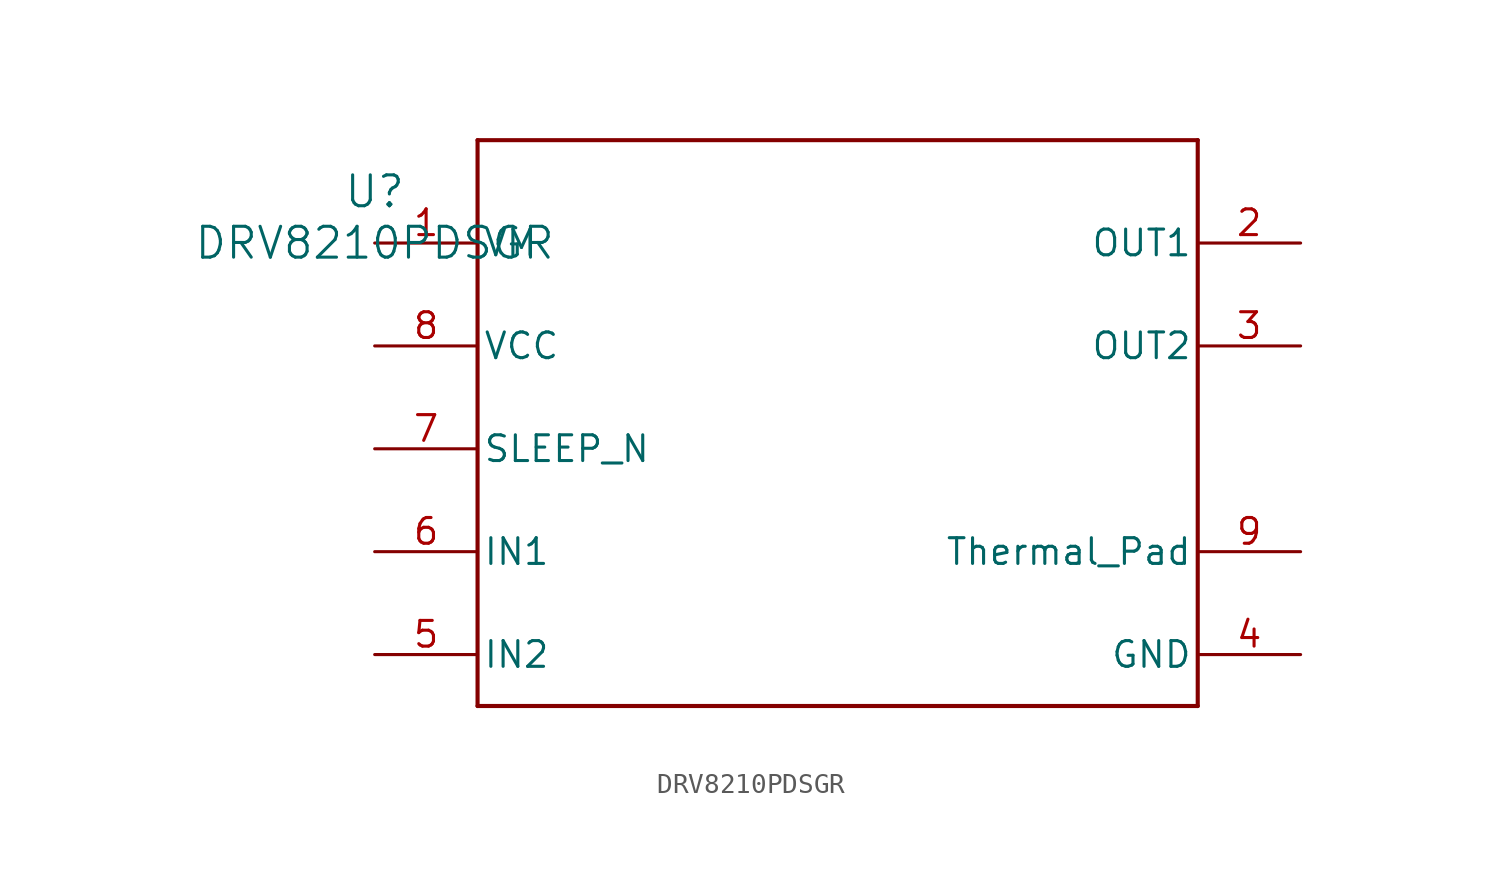
<source format=kicad_sym>
(kicad_symbol_lib
  (version 20241209)
  (generator "kicad_symbol_editor")
  (generator_version "9.0")
  (symbol "DRV8210PDSGR"
    (pin_names
      (offset 0.254))
    (property "Reference" "U"
      (at -22.86 10.16 0)
      (effects (font (size 1.524 1.524))))
    (property "Value" "DRV8210PDSGR"
      (at -22.86 7.62 0)
      (effects (font (size 1.524 1.524))))
    (property "ki_locked" ""
      (at 0 0 0)
      (effects (font (size 1.27 1.27))))
    (symbol "DRV8210PDSGR_0_1"
      (polyline (pts (xy -17.78 12.7) (xy -17.78 -15.24)) (stroke (width 0.203) (type default)) (fill (type none)))
      (polyline (pts (xy -17.78 -15.24) (xy 17.78 -15.24)) (stroke (width 0.203) (type default)) (fill (type none)))
      (polyline (pts (xy 17.78 12.7) (xy -17.78 12.7)) (stroke (width 0.203) (type default)) (fill (type none)))
      (polyline (pts (xy 17.78 -15.24) (xy 17.78 12.7)) (stroke (width 0.203) (type default)) (fill (type none)))
      (pin power_in line (at -22.86 7.62 0) (length 5.08) (name "VM" (effects (font (size 1.27 1.27)))) (number "1" (effects (font (size 1.27 1.27)))))
      (pin power_in line (at -22.86 2.54 0) (length 5.08) (name "VCC" (effects (font (size 1.27 1.27)))) (number "8" (effects (font (size 1.27 1.27)))))
      (pin input line (at -22.86 -2.54 0) (length 5.08) (name "SLEEP_N" (effects (font (size 1.27 1.27)))) (number "7" (effects (font (size 1.27 1.27)))))
      (pin input line (at -22.86 -7.62 0) (length 5.08) (name "IN1" (effects (font (size 1.27 1.27)))) (number "6" (effects (font (size 1.27 1.27)))))
      (pin input line (at -22.86 -12.7 0) (length 5.08) (name "IN2" (effects (font (size 1.27 1.27)))) (number "5" (effects (font (size 1.27 1.27)))))
      (pin output line (at 22.86 7.62 180) (length 5.08) (name "OUT1" (effects (font (size 1.27 1.27)))) (number "2" (effects (font (size 1.27 1.27)))))
      (pin output line (at 22.86 2.54 180) (length 5.08) (name "OUT2" (effects (font (size 1.27 1.27)))) (number "3" (effects (font (size 1.27 1.27)))))
      (pin power_in line (at 22.86 -7.62 180) (length 5.08) (name "Thermal_Pad" (effects (font (size 1.27 1.27)))) (number "9" (effects (font (size 1.27 1.27)))))
      (pin power_in line (at 22.86 -12.7 180) (length 5.08) (name "GND" (effects (font (size 1.27 1.27)))) (number "4" (effects (font (size 1.27 1.27))))))))
</source>
